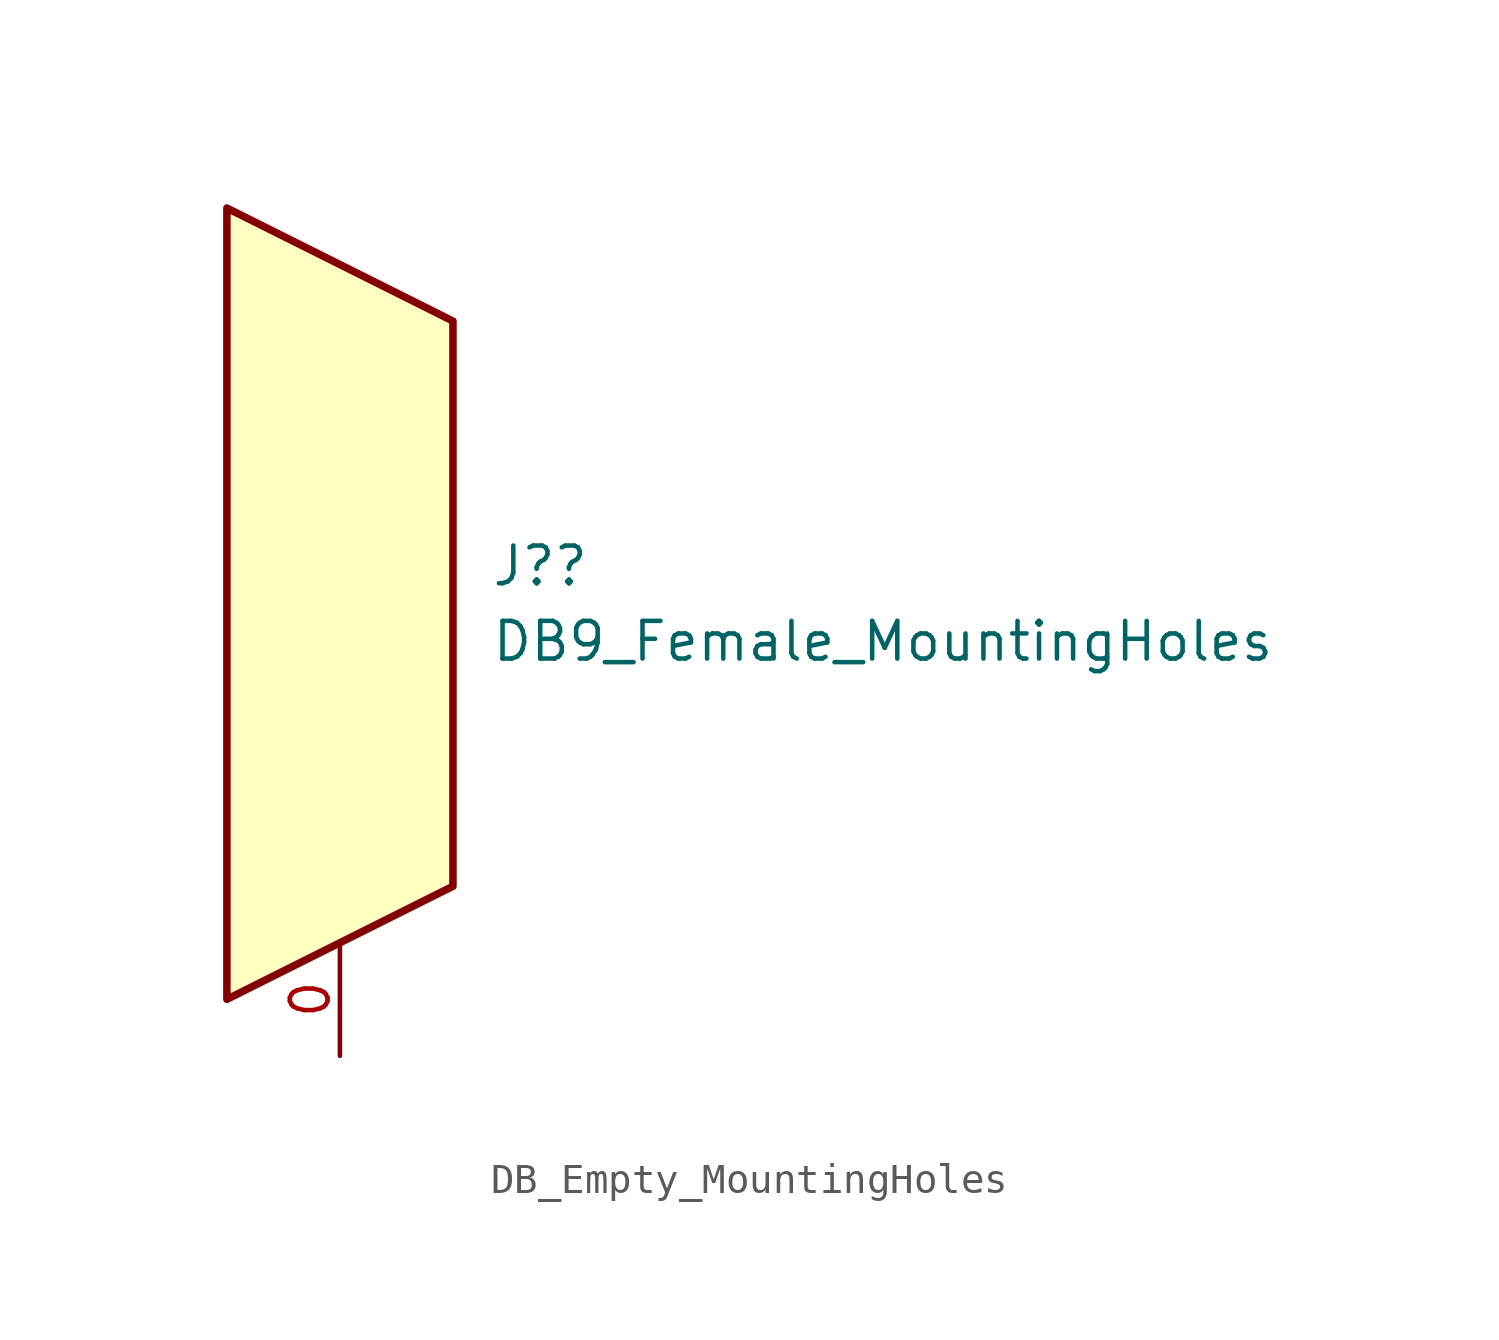
<source format=kicad_sym>
(kicad_symbol_lib
  (version 20211014)
  (generator kicad_symbol_editor)
  (symbol "DB_Empty_MountingHoles"
    (pin_names
      (offset 1.016) hide)
    (property "Reference" "J?"
      (at 5.08 1.27 0)
      (effects (font (size 1.27 1.27)) (justify left)))
    (property "Value" "DB9_Female_MountingHoles"
      (at 5.08 -1.27 0)
      (effects (font (size 1.27 1.27)) (justify left)))
    (symbol "DB_Empty_MountingHoles_0_1"
      (polyline (pts (xy -3.81 13.335) (xy -3.81 -13.335) (xy 3.81 -9.525) (xy 3.81 9.525) (xy -3.81 13.335)) (stroke (width 0.254) (type default) (color 0 0 0 0)) (fill (type background))))
    (symbol "DB_Empty_MountingHoles_1_1"
      (pin passive line (at 0 -15.24 90) (length 3.81) (name "PAD" (effects (font (size 1.27 1.27)))) (number "0" (effects (font (size 1.27 1.27))))))))
</source>
